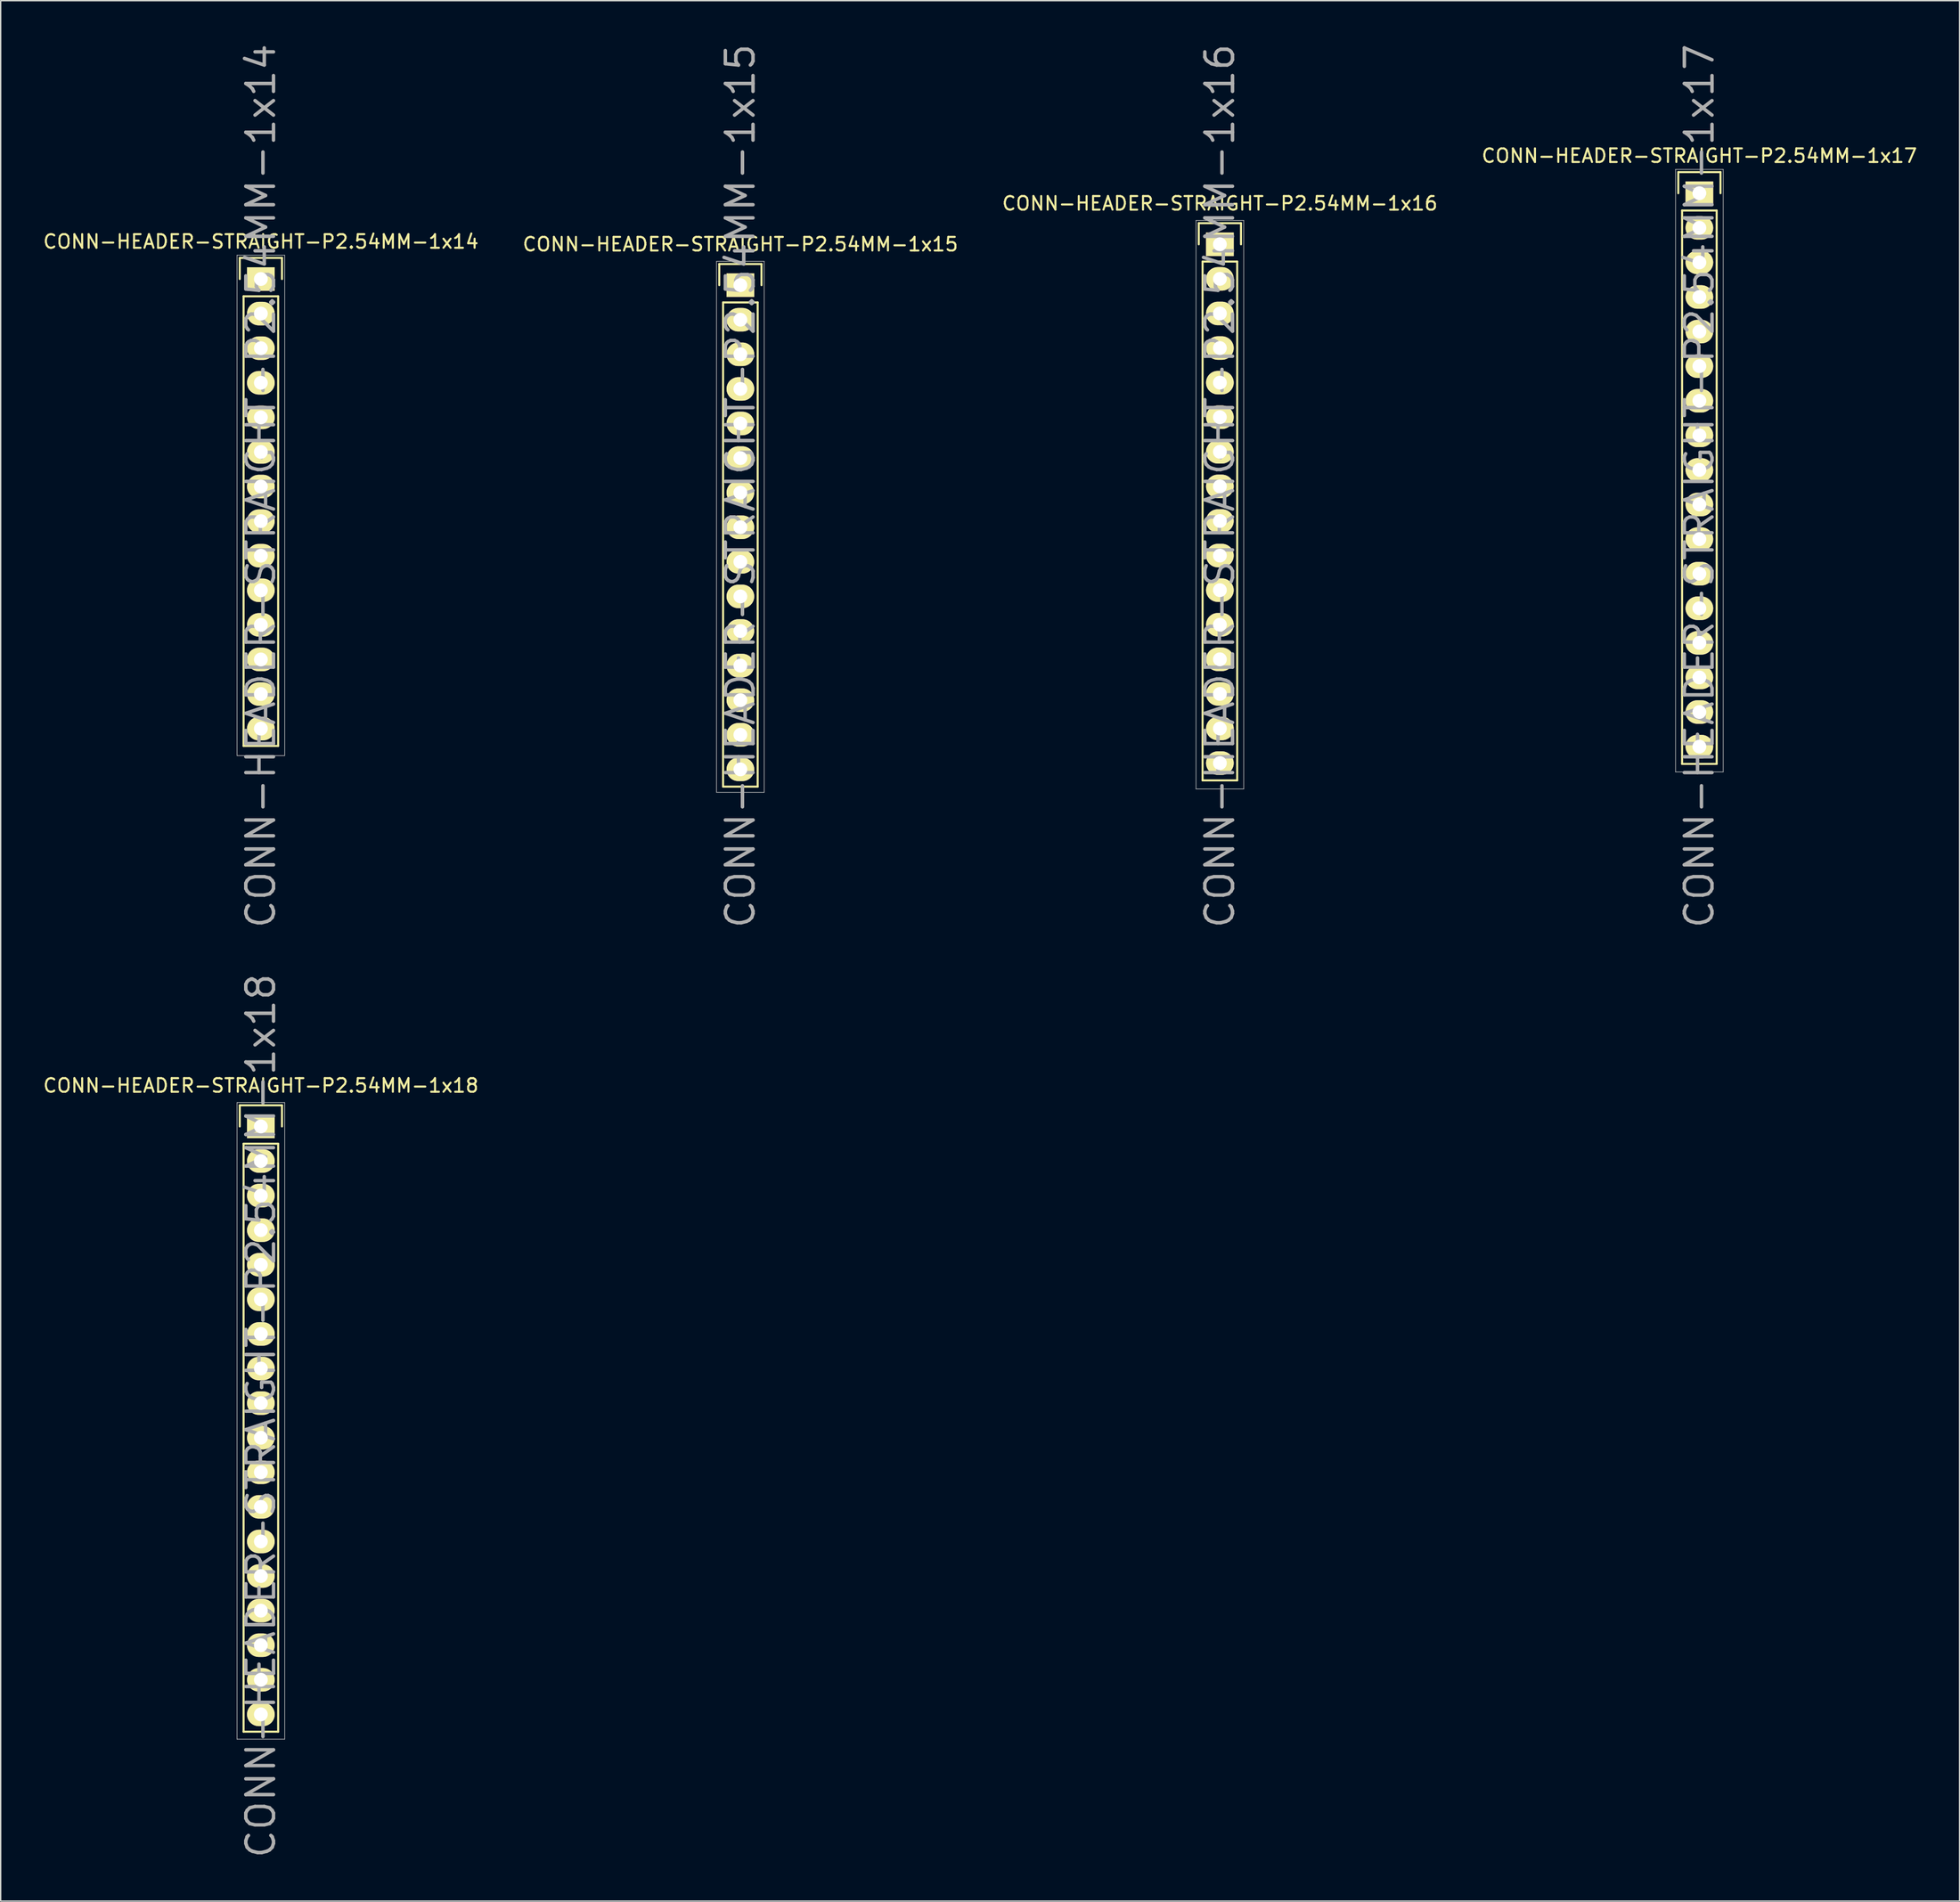
<source format=kicad_pcb>
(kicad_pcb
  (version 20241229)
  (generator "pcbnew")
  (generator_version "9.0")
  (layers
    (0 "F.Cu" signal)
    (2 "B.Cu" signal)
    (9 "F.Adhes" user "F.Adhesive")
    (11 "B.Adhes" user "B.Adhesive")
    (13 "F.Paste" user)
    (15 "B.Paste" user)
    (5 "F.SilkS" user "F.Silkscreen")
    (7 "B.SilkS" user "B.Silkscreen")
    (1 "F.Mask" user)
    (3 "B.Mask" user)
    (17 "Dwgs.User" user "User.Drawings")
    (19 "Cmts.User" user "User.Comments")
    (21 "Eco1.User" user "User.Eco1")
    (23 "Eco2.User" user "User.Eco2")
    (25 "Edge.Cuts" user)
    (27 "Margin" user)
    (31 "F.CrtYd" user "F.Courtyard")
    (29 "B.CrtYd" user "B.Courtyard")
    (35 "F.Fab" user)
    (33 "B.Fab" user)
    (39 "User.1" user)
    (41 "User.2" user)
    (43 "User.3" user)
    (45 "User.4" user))
  (footprint "CONN-HEADER-STRAIGHT-P2.54MM-1x18"
    (layer "F.Cu")
    (at 16.101 79.674)
    (property "Reference" "CONN-HEADER-STRAIGHT-P2.54MM-1x18" (at 0 21.25 90) (layer "F.Fab") (effects (font (size 2.032 2.032) (thickness 0.254))))
    (attr smd)
    (fp_line (start -1.55 -1.55) (end 1.55 -1.55) (stroke (width 0.15) (type solid)) (layer "F.SilkS"))
    (fp_line (start -1.55 0) (end -1.55 -1.55) (stroke (width 0.15) (type solid)) (layer "F.SilkS"))
    (fp_line (start -1.27 44.45) (end -1.27 1.27) (stroke (width 0.15) (type solid)) (layer "F.SilkS"))
    (fp_line (start 1.27 1.27) (end -1.27 1.27) (stroke (width 0.15) (type solid)) (layer "F.SilkS"))
    (fp_line (start 1.27 1.27) (end 1.27 44.45) (stroke (width 0.15) (type solid)) (layer "F.SilkS"))
    (fp_line (start 1.27 44.45) (end -1.27 44.45) (stroke (width 0.15) (type solid)) (layer "F.SilkS"))
    (fp_line (start 1.55 -1.55) (end 1.55 0) (stroke (width 0.15) (type solid)) (layer "F.SilkS"))
    (fp_line (start -1.75 -1.75) (end 1.75 -1.75) (stroke (width 0.051) (type solid)) (layer "F.Fab"))
    (fp_line (start -1.75 45) (end -1.75 -1.75) (stroke (width 0.051) (type solid)) (layer "F.Fab"))
    (fp_line (start 1.75 -1.75) (end 1.75 45) (stroke (width 0.051) (type solid)) (layer "F.Fab"))
    (fp_line (start 1.75 45) (end -1.75 45) (stroke (width 0.051) (type solid)) (layer "F.Fab"))
    (fp_text user "${REFERENCE}" (at 0 -3 0) (layer "F.SilkS") (effects (font (size 1 1) (thickness 0.15))))
    (pad "1" thru_hole rect (at 0 0) (size 2.032 1.727) (drill 1.016) (layers "*.Cu" "*.Mask" "F.SilkS"))
    (pad "2" thru_hole oval (at 0 2.54) (size 2.032 1.727) (drill 1.016) (layers "*.Cu" "*.Mask" "F.SilkS"))
    (pad "3" thru_hole oval (at 0 5.08) (size 2.032 1.727) (drill 1.016) (layers "*.Cu" "*.Mask" "F.SilkS"))
    (pad "4" thru_hole oval (at 0 7.62) (size 2.032 1.727) (drill 1.016) (layers "*.Cu" "*.Mask" "F.SilkS"))
    (pad "5" thru_hole oval (at 0 10.16) (size 2.032 1.727) (drill 1.016) (layers "*.Cu" "*.Mask" "F.SilkS"))
    (pad "6" thru_hole oval (at 0 12.7) (size 2.032 1.727) (drill 1.016) (layers "*.Cu" "*.Mask" "F.SilkS"))
    (pad "7" thru_hole oval (at 0 15.24) (size 2.032 1.727) (drill 1.016) (layers "*.Cu" "*.Mask" "F.SilkS"))
    (pad "8" thru_hole oval (at 0 17.78) (size 2.032 1.727) (drill 1.016) (layers "*.Cu" "*.Mask" "F.SilkS"))
    (pad "9" thru_hole oval (at 0 20.32) (size 2.032 1.727) (drill 1.016) (layers "*.Cu" "*.Mask" "F.SilkS"))
    (pad "10" thru_hole oval (at 0 22.86) (size 2.032 1.727) (drill 1.016) (layers "*.Cu" "*.Mask" "F.SilkS"))
    (pad "11" thru_hole oval (at 0 25.4) (size 2.032 1.727) (drill 1.016) (layers "*.Cu" "*.Mask" "F.SilkS"))
    (pad "12" thru_hole oval (at 0 27.94) (size 2.032 1.727) (drill 1.016) (layers "*.Cu" "*.Mask" "F.SilkS"))
    (pad "13" thru_hole oval (at 0 30.48) (size 2.032 1.727) (drill 1.016) (layers "*.Cu" "*.Mask" "F.SilkS"))
    (pad "14" thru_hole oval (at 0 33.02) (size 2.032 1.727) (drill 1.016) (layers "*.Cu" "*.Mask" "F.SilkS"))
    (pad "15" thru_hole oval (at 0 35.56) (size 2.032 1.727) (drill 1.016) (layers "*.Cu" "*.Mask" "F.SilkS"))
    (pad "16" thru_hole oval (at 0 38.1) (size 2.032 1.727) (drill 1.016) (layers "*.Cu" "*.Mask" "F.SilkS"))
    (pad "17" thru_hole oval (at 0 40.64) (size 2.032 1.727) (drill 1.016) (layers "*.Cu" "*.Mask" "F.SilkS"))
    (pad "18" thru_hole oval (at 0 43.18) (size 2.032 1.727) (drill 1.016) (layers "*.Cu" "*.Mask" "F.SilkS")))
  (footprint "CONN-HEADER-STRAIGHT-P2.54MM-1x15"
    (layer "F.Cu")
    (at 51.304 17.891)
    (property "Reference" "CONN-HEADER-STRAIGHT-P2.54MM-1x15" (at 0 14.75 90) (layer "F.Fab") (effects (font (size 2.032 2.032) (thickness 0.254))))
    (attr smd)
    (fp_line (start -1.55 -1.55) (end 1.55 -1.55) (stroke (width 0.15) (type solid)) (layer "F.SilkS"))
    (fp_line (start -1.55 0) (end -1.55 -1.55) (stroke (width 0.15) (type solid)) (layer "F.SilkS"))
    (fp_line (start -1.27 1.27) (end -1.27 36.83) (stroke (width 0.15) (type solid)) (layer "F.SilkS"))
    (fp_line (start -1.27 36.83) (end 1.27 36.83) (stroke (width 0.15) (type solid)) (layer "F.SilkS"))
    (fp_line (start 1.27 1.27) (end -1.27 1.27) (stroke (width 0.15) (type solid)) (layer "F.SilkS"))
    (fp_line (start 1.27 36.83) (end 1.27 1.27) (stroke (width 0.15) (type solid)) (layer "F.SilkS"))
    (fp_line (start 1.55 -1.55) (end 1.55 0) (stroke (width 0.15) (type solid)) (layer "F.SilkS"))
    (fp_line (start -1.75 -1.75) (end 1.75 -1.75) (stroke (width 0.051) (type solid)) (layer "F.Fab"))
    (fp_line (start -1.75 37.25) (end -1.75 -1.75) (stroke (width 0.051) (type solid)) (layer "F.Fab"))
    (fp_line (start 1.75 -1.75) (end 1.75 37.25) (stroke (width 0.051) (type solid)) (layer "F.Fab"))
    (fp_line (start 1.75 37.25) (end -1.75 37.25) (stroke (width 0.051) (type solid)) (layer "F.Fab"))
    (fp_text user "${REFERENCE}" (at 0 -3 0) (layer "F.SilkS") (effects (font (size 1 1) (thickness 0.15))))
    (pad "1" thru_hole rect (at 0 0) (size 2.032 1.727) (drill 1.016) (layers "*.Cu" "*.Mask" "F.SilkS"))
    (pad "2" thru_hole oval (at 0 2.54) (size 2.032 1.727) (drill 1.016) (layers "*.Cu" "*.Mask" "F.SilkS"))
    (pad "3" thru_hole oval (at 0 5.08) (size 2.032 1.727) (drill 1.016) (layers "*.Cu" "*.Mask" "F.SilkS"))
    (pad "4" thru_hole oval (at 0 7.62) (size 2.032 1.727) (drill 1.016) (layers "*.Cu" "*.Mask" "F.SilkS"))
    (pad "5" thru_hole oval (at 0 10.16) (size 2.032 1.727) (drill 1.016) (layers "*.Cu" "*.Mask" "F.SilkS"))
    (pad "6" thru_hole oval (at 0 12.7) (size 2.032 1.727) (drill 1.016) (layers "*.Cu" "*.Mask" "F.SilkS"))
    (pad "7" thru_hole oval (at 0 15.24) (size 2.032 1.727) (drill 1.016) (layers "*.Cu" "*.Mask" "F.SilkS"))
    (pad "8" thru_hole oval (at 0 17.78) (size 2.032 1.727) (drill 1.016) (layers "*.Cu" "*.Mask" "F.SilkS"))
    (pad "9" thru_hole oval (at 0 20.32) (size 2.032 1.727) (drill 1.016) (layers "*.Cu" "*.Mask" "F.SilkS"))
    (pad "10" thru_hole oval (at 0 22.86) (size 2.032 1.727) (drill 1.016) (layers "*.Cu" "*.Mask" "F.SilkS"))
    (pad "11" thru_hole oval (at 0 25.4) (size 2.032 1.727) (drill 1.016) (layers "*.Cu" "*.Mask" "F.SilkS"))
    (pad "12" thru_hole oval (at 0 27.94) (size 2.032 1.727) (drill 1.016) (layers "*.Cu" "*.Mask" "F.SilkS"))
    (pad "13" thru_hole oval (at 0 30.48) (size 2.032 1.727) (drill 1.016) (layers "*.Cu" "*.Mask" "F.SilkS"))
    (pad "14" thru_hole oval (at 0 33.02) (size 2.032 1.727) (drill 1.016) (layers "*.Cu" "*.Mask" "F.SilkS"))
    (pad "15" thru_hole oval (at 0 35.56) (size 2.032 1.727) (drill 1.016) (layers "*.Cu" "*.Mask" "F.SilkS")))
  (footprint "CONN-HEADER-STRAIGHT-P2.54MM-1x17"
    (layer "F.Cu")
    (at 121.708 11.141)
    (property "Reference" "CONN-HEADER-STRAIGHT-P2.54MM-1x17" (at 0 21.5 90) (layer "F.Fab") (effects (font (size 2.032 2.032) (thickness 0.254))))
    (attr smd)
    (fp_line (start -1.55 -1.55) (end 1.55 -1.55) (stroke (width 0.15) (type solid)) (layer "F.SilkS"))
    (fp_line (start -1.55 0) (end -1.55 -1.55) (stroke (width 0.15) (type solid)) (layer "F.SilkS"))
    (fp_line (start -1.27 41.91) (end -1.27 1.27) (stroke (width 0.15) (type solid)) (layer "F.SilkS"))
    (fp_line (start 1.27 1.27) (end -1.27 1.27) (stroke (width 0.15) (type solid)) (layer "F.SilkS"))
    (fp_line (start 1.27 1.27) (end 1.27 41.91) (stroke (width 0.15) (type solid)) (layer "F.SilkS"))
    (fp_line (start 1.27 41.91) (end -1.27 41.91) (stroke (width 0.15) (type solid)) (layer "F.SilkS"))
    (fp_line (start 1.55 -1.55) (end 1.55 0) (stroke (width 0.15) (type solid)) (layer "F.SilkS"))
    (fp_line (start -1.75 -1.75) (end -1.75 42.5) (stroke (width 0.051) (type solid)) (layer "F.Fab"))
    (fp_line (start -1.75 42.5) (end 1.75 42.5) (stroke (width 0.051) (type solid)) (layer "F.Fab"))
    (fp_line (start 1.75 -1.75) (end -1.75 -1.75) (stroke (width 0.051) (type solid)) (layer "F.Fab"))
    (fp_line (start 1.75 42.5) (end 1.75 -1.75) (stroke (width 0.051) (type solid)) (layer "F.Fab"))
    (fp_text user "${REFERENCE}" (at 0 -2.75 0) (layer "F.SilkS") (effects (font (size 1 1) (thickness 0.15))))
    (pad "1" thru_hole rect (at 0 0) (size 2.032 1.727) (drill 1.016) (layers "*.Cu" "*.Mask" "F.SilkS"))
    (pad "2" thru_hole oval (at 0 2.54) (size 2.032 1.727) (drill 1.016) (layers "*.Cu" "*.Mask" "F.SilkS"))
    (pad "3" thru_hole oval (at 0 5.08) (size 2.032 1.727) (drill 1.016) (layers "*.Cu" "*.Mask" "F.SilkS"))
    (pad "4" thru_hole oval (at 0 7.62) (size 2.032 1.727) (drill 1.016) (layers "*.Cu" "*.Mask" "F.SilkS"))
    (pad "5" thru_hole oval (at 0 10.16) (size 2.032 1.727) (drill 1.016) (layers "*.Cu" "*.Mask" "F.SilkS"))
    (pad "6" thru_hole oval (at 0 12.7) (size 2.032 1.727) (drill 1.016) (layers "*.Cu" "*.Mask" "F.SilkS"))
    (pad "7" thru_hole oval (at 0 15.24) (size 2.032 1.727) (drill 1.016) (layers "*.Cu" "*.Mask" "F.SilkS"))
    (pad "8" thru_hole oval (at 0 17.78) (size 2.032 1.727) (drill 1.016) (layers "*.Cu" "*.Mask" "F.SilkS"))
    (pad "9" thru_hole oval (at 0 20.32) (size 2.032 1.727) (drill 1.016) (layers "*.Cu" "*.Mask" "F.SilkS"))
    (pad "10" thru_hole oval (at 0 22.86) (size 2.032 1.727) (drill 1.016) (layers "*.Cu" "*.Mask" "F.SilkS"))
    (pad "11" thru_hole oval (at 0 25.4) (size 2.032 1.727) (drill 1.016) (layers "*.Cu" "*.Mask" "F.SilkS"))
    (pad "12" thru_hole oval (at 0 27.94) (size 2.032 1.727) (drill 1.016) (layers "*.Cu" "*.Mask" "F.SilkS"))
    (pad "13" thru_hole oval (at 0 30.48) (size 2.032 1.727) (drill 1.016) (layers "*.Cu" "*.Mask" "F.SilkS"))
    (pad "14" thru_hole oval (at 0 33.02) (size 2.032 1.727) (drill 1.016) (layers "*.Cu" "*.Mask" "F.SilkS"))
    (pad "15" thru_hole oval (at 0 35.56) (size 2.032 1.727) (drill 1.016) (layers "*.Cu" "*.Mask" "F.SilkS"))
    (pad "16" thru_hole oval (at 0 38.1) (size 2.032 1.727) (drill 1.016) (layers "*.Cu" "*.Mask" "F.SilkS"))
    (pad "17" thru_hole oval (at 0 40.64) (size 2.032 1.727) (drill 1.016) (layers "*.Cu" "*.Mask" "F.SilkS")))
  (footprint "CONN-HEADER-STRAIGHT-P2.54MM-1x14"
    (layer "F.Cu")
    (at 16.101 17.441)
    (property "Reference" "CONN-HEADER-STRAIGHT-P2.54MM-1x14" (at 0 15.2 90) (layer "F.Fab") (effects (font (size 2.032 2.032) (thickness 0.254))))
    (attr smd)
    (fp_line (start -1.55 -1.55) (end 1.55 -1.55) (stroke (width 0.15) (type solid)) (layer "F.SilkS"))
    (fp_line (start -1.55 0) (end -1.55 -1.55) (stroke (width 0.15) (type solid)) (layer "F.SilkS"))
    (fp_line (start -1.27 1.27) (end -1.27 34.29) (stroke (width 0.15) (type solid)) (layer "F.SilkS"))
    (fp_line (start -1.27 34.29) (end 1.27 34.29) (stroke (width 0.15) (type solid)) (layer "F.SilkS"))
    (fp_line (start 1.27 1.27) (end -1.27 1.27) (stroke (width 0.15) (type solid)) (layer "F.SilkS"))
    (fp_line (start 1.27 34.29) (end 1.27 1.27) (stroke (width 0.15) (type solid)) (layer "F.SilkS"))
    (fp_line (start 1.55 -1.55) (end 1.55 0) (stroke (width 0.15) (type solid)) (layer "F.SilkS"))
    (fp_line (start -1.75 -1.75) (end 1.75 -1.75) (stroke (width 0.051) (type solid)) (layer "F.Fab"))
    (fp_line (start -1.75 35) (end -1.75 -1.75) (stroke (width 0.051) (type solid)) (layer "F.Fab"))
    (fp_line (start 1.75 -1.75) (end 1.75 35) (stroke (width 0.051) (type solid)) (layer "F.Fab"))
    (fp_line (start 1.75 35) (end -1.75 35) (stroke (width 0.051) (type solid)) (layer "F.Fab"))
    (fp_text user "${REFERENCE}" (at 0 -2.75 0) (layer "F.SilkS") (effects (font (size 1 1) (thickness 0.15))))
    (pad "1" thru_hole rect (at 0 0) (size 2.032 1.727) (drill 1.016) (layers "*.Cu" "*.Mask" "F.SilkS"))
    (pad "2" thru_hole oval (at 0 2.54) (size 2.032 1.727) (drill 1.016) (layers "*.Cu" "*.Mask" "F.SilkS"))
    (pad "3" thru_hole oval (at 0 5.08) (size 2.032 1.727) (drill 1.016) (layers "*.Cu" "*.Mask" "F.SilkS"))
    (pad "4" thru_hole oval (at 0 7.62) (size 2.032 1.727) (drill 1.016) (layers "*.Cu" "*.Mask" "F.SilkS"))
    (pad "5" thru_hole oval (at 0 10.16) (size 2.032 1.727) (drill 1.016) (layers "*.Cu" "*.Mask" "F.SilkS"))
    (pad "6" thru_hole oval (at 0 12.7) (size 2.032 1.727) (drill 1.016) (layers "*.Cu" "*.Mask" "F.SilkS"))
    (pad "7" thru_hole oval (at 0 15.24) (size 2.032 1.727) (drill 1.016) (layers "*.Cu" "*.Mask" "F.SilkS"))
    (pad "8" thru_hole oval (at 0 17.78) (size 2.032 1.727) (drill 1.016) (layers "*.Cu" "*.Mask" "F.SilkS"))
    (pad "9" thru_hole oval (at 0 20.32) (size 2.032 1.727) (drill 1.016) (layers "*.Cu" "*.Mask" "F.SilkS"))
    (pad "10" thru_hole oval (at 0 22.86) (size 2.032 1.727) (drill 1.016) (layers "*.Cu" "*.Mask" "F.SilkS"))
    (pad "11" thru_hole oval (at 0 25.4) (size 2.032 1.727) (drill 1.016) (layers "*.Cu" "*.Mask" "F.SilkS"))
    (pad "12" thru_hole oval (at 0 27.94) (size 2.032 1.727) (drill 1.016) (layers "*.Cu" "*.Mask" "F.SilkS"))
    (pad "13" thru_hole oval (at 0 30.48) (size 2.032 1.727) (drill 1.016) (layers "*.Cu" "*.Mask" "F.SilkS"))
    (pad "14" thru_hole oval (at 0 33.02) (size 2.032 1.727) (drill 1.016) (layers "*.Cu" "*.Mask" "F.SilkS")))
  (footprint "CONN-HEADER-STRAIGHT-P2.54MM-1x16"
    (layer "F.Cu")
    (at 86.506 14.891)
    (property "Reference" "CONN-HEADER-STRAIGHT-P2.54MM-1x16" (at 0 17.75 90) (layer "F.Fab") (effects (font (size 2.032 2.032) (thickness 0.254))))
    (attr smd)
    (fp_line (start -1.55 -1.55) (end 1.55 -1.55) (stroke (width 0.15) (type solid)) (layer "F.SilkS"))
    (fp_line (start -1.55 0) (end -1.55 -1.55) (stroke (width 0.15) (type solid)) (layer "F.SilkS"))
    (fp_line (start -1.27 1.27) (end -1.27 39.37) (stroke (width 0.15) (type solid)) (layer "F.SilkS"))
    (fp_line (start -1.27 39.37) (end 1.27 39.37) (stroke (width 0.15) (type solid)) (layer "F.SilkS"))
    (fp_line (start 1.27 1.27) (end -1.27 1.27) (stroke (width 0.15) (type solid)) (layer "F.SilkS"))
    (fp_line (start 1.27 39.37) (end 1.27 1.27) (stroke (width 0.15) (type solid)) (layer "F.SilkS"))
    (fp_line (start 1.55 -1.55) (end 1.55 0) (stroke (width 0.15) (type solid)) (layer "F.SilkS"))
    (fp_line (start -1.75 -1.75) (end 1.75 -1.75) (stroke (width 0.051) (type solid)) (layer "F.Fab"))
    (fp_line (start -1.75 40) (end -1.75 -1.75) (stroke (width 0.051) (type solid)) (layer "F.Fab"))
    (fp_line (start 1.75 -1.75) (end 1.75 40) (stroke (width 0.051) (type solid)) (layer "F.Fab"))
    (fp_line (start 1.75 40) (end -1.75 40) (stroke (width 0.051) (type solid)) (layer "F.Fab"))
    (fp_text user "${REFERENCE}" (at 0 -3 0) (layer "F.SilkS") (effects (font (size 1 1) (thickness 0.15))))
    (pad "1" thru_hole rect (at 0 0) (size 2.032 1.727) (drill 1.016) (layers "*.Cu" "*.Mask" "F.SilkS"))
    (pad "2" thru_hole oval (at 0 2.54) (size 2.032 1.727) (drill 1.016) (layers "*.Cu" "*.Mask" "F.SilkS"))
    (pad "3" thru_hole oval (at 0 5.08) (size 2.032 1.727) (drill 1.016) (layers "*.Cu" "*.Mask" "F.SilkS"))
    (pad "4" thru_hole oval (at 0 7.62) (size 2.032 1.727) (drill 1.016) (layers "*.Cu" "*.Mask" "F.SilkS"))
    (pad "5" thru_hole oval (at 0 10.16) (size 2.032 1.727) (drill 1.016) (layers "*.Cu" "*.Mask" "F.SilkS"))
    (pad "6" thru_hole oval (at 0 12.7) (size 2.032 1.727) (drill 1.016) (layers "*.Cu" "*.Mask" "F.SilkS"))
    (pad "7" thru_hole oval (at 0 15.24) (size 2.032 1.727) (drill 1.016) (layers "*.Cu" "*.Mask" "F.SilkS"))
    (pad "8" thru_hole oval (at 0 17.78) (size 2.032 1.727) (drill 1.016) (layers "*.Cu" "*.Mask" "F.SilkS"))
    (pad "9" thru_hole oval (at 0 20.32) (size 2.032 1.727) (drill 1.016) (layers "*.Cu" "*.Mask" "F.SilkS"))
    (pad "10" thru_hole oval (at 0 22.86) (size 2.032 1.727) (drill 1.016) (layers "*.Cu" "*.Mask" "F.SilkS"))
    (pad "11" thru_hole oval (at 0 25.4) (size 2.032 1.727) (drill 1.016) (layers "*.Cu" "*.Mask" "F.SilkS"))
    (pad "12" thru_hole oval (at 0 27.94) (size 2.032 1.727) (drill 1.016) (layers "*.Cu" "*.Mask" "F.SilkS"))
    (pad "13" thru_hole oval (at 0 30.48) (size 2.032 1.727) (drill 1.016) (layers "*.Cu" "*.Mask" "F.SilkS"))
    (pad "14" thru_hole oval (at 0 33.02) (size 2.032 1.727) (drill 1.016) (layers "*.Cu" "*.Mask" "F.SilkS"))
    (pad "15" thru_hole oval (at 0 35.56) (size 2.032 1.727) (drill 1.016) (layers "*.Cu" "*.Mask" "F.SilkS"))
    (pad "16" thru_hole oval (at 0 38.1) (size 2.032 1.727) (drill 1.016) (layers "*.Cu" "*.Mask" "F.SilkS")))
  (gr_rect
    (start -3 -3)
    (end 140.81 136.566)
    (stroke (width 0.1) (type default))
    (fill no)
    (layer "Edge.Cuts")))
</source>
